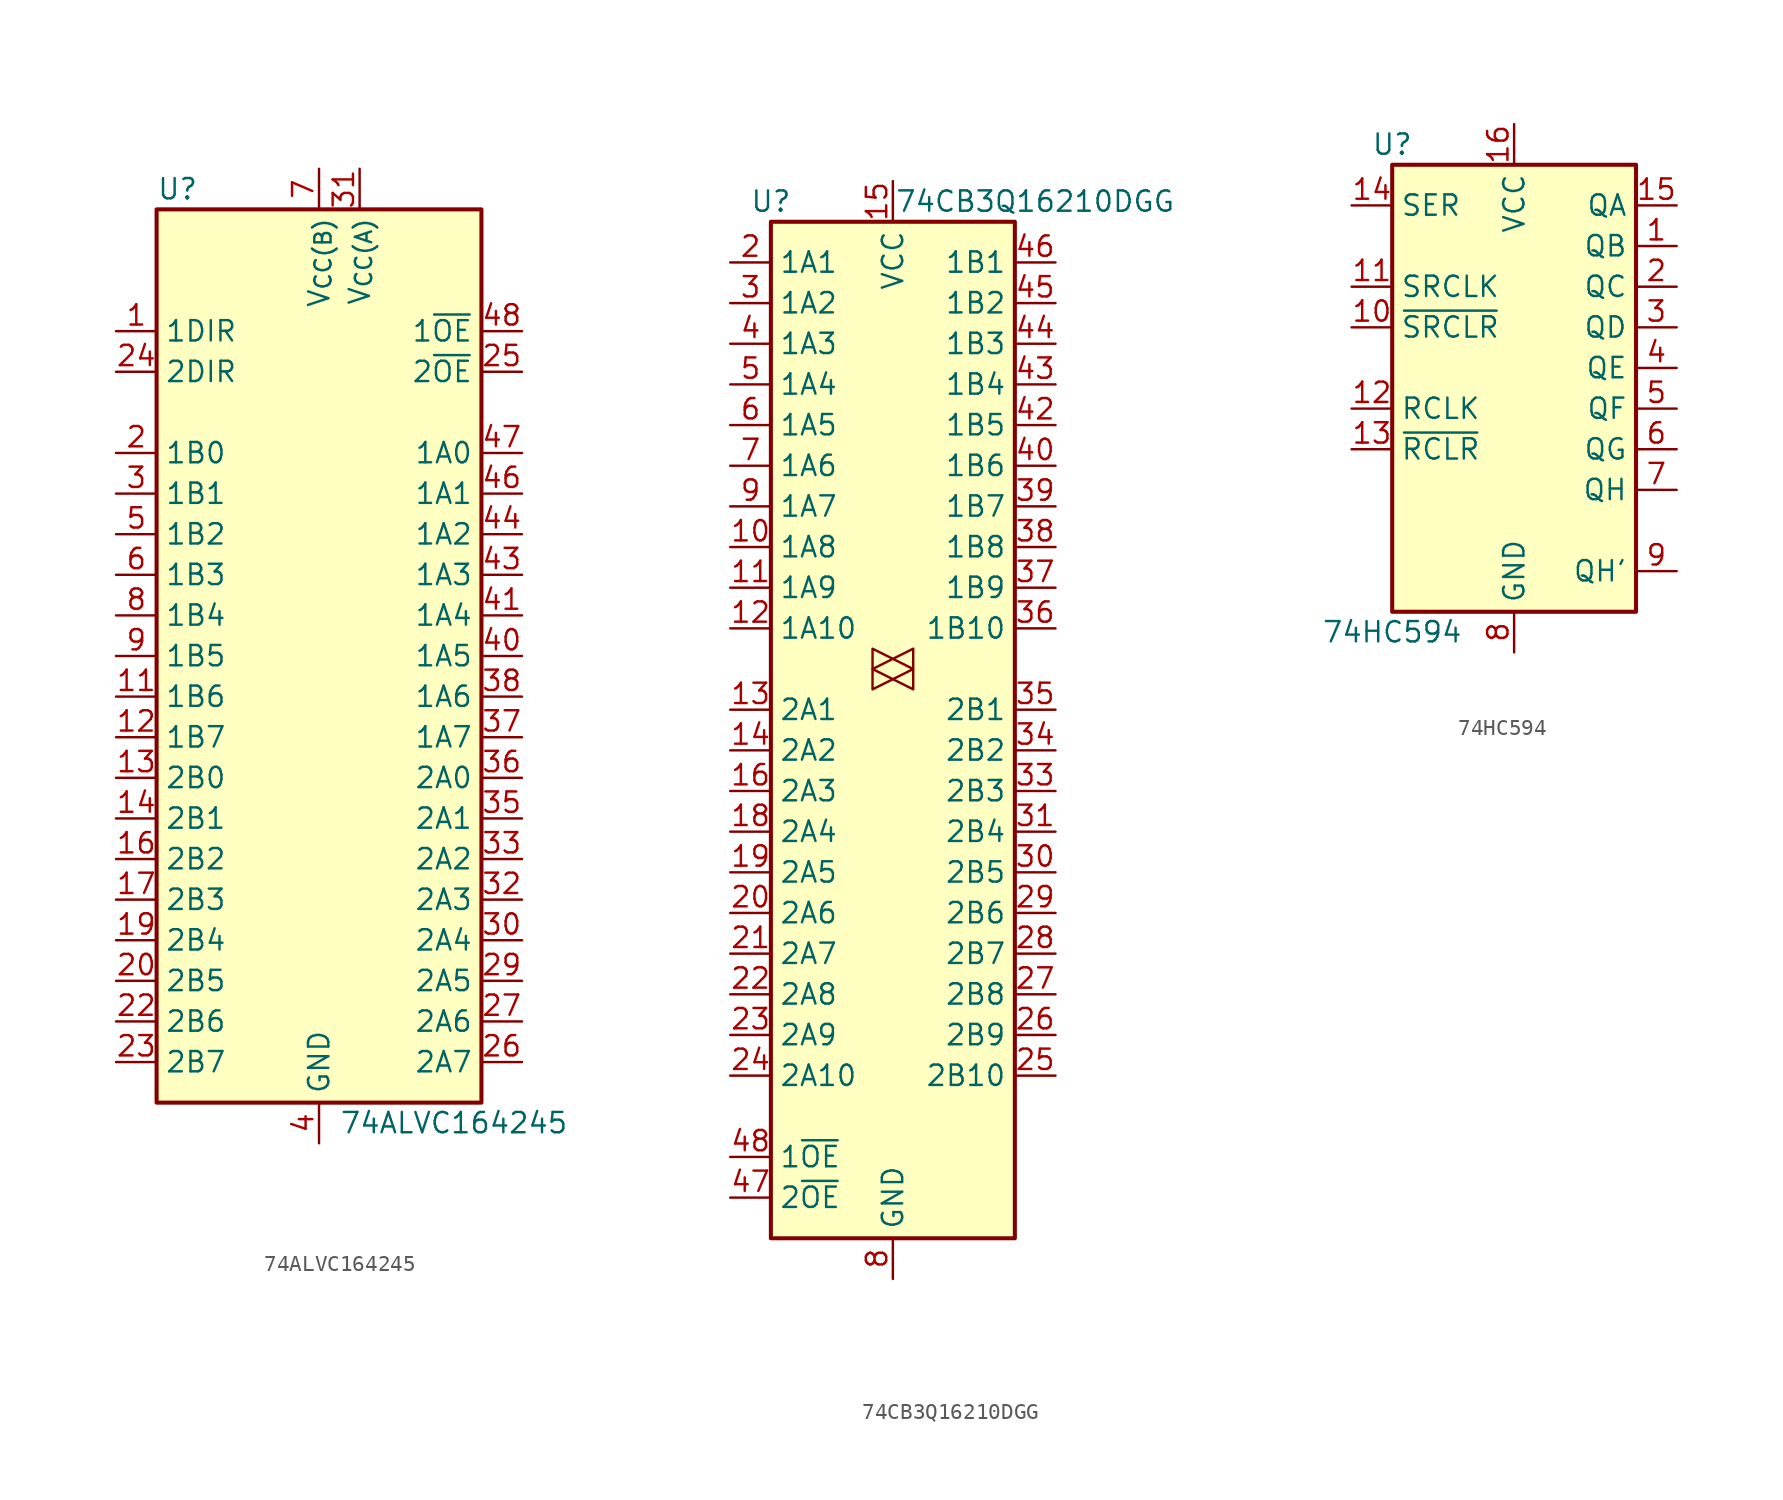
<source format=kicad_sym>
(kicad_symbol_lib
  (version 20220914)
  (generator kicad_symbol_editor)
  (symbol "74ALVC164245"
    (property "Reference" "U"
      (at -10.16 29.21 0)
      (effects (font (size 1.27 1.27)) (justify left)))
    (property "Value" "74ALVC164245"
      (at 1.27 -29.21 0)
      (effects (font (size 1.27 1.27)) (justify left)))
    (symbol "74ALVC164245_0_1"
      (rectangle (start -10.16 27.94) (end 10.16 -27.94) (stroke (width 0.254) (type default)) (fill (type background))))
    (symbol "74ALVC164245_1_1"
      (pin input line (at -12.7 20.32 0) (length 2.54) (name "1DIR" (effects (font (size 1.27 1.27)))) (number "1" (effects (font (size 1.27 1.27)))))
      (pin passive line (at 0 -30.48 90) (length 2.54) hide (name "GND" (effects (font (size 1.27 1.27)))) (number "10" (effects (font (size 1.27 1.27)))))
      (pin bidirectional line (at -12.7 -2.54 0) (length 2.54) (name "1B6" (effects (font (size 1.27 1.27)))) (number "11" (effects (font (size 1.27 1.27)))))
      (pin bidirectional line (at -12.7 -5.08 0) (length 2.54) (name "1B7" (effects (font (size 1.27 1.27)))) (number "12" (effects (font (size 1.27 1.27)))))
      (pin bidirectional line (at -12.7 -7.62 0) (length 2.54) (name "2B0" (effects (font (size 1.27 1.27)))) (number "13" (effects (font (size 1.27 1.27)))))
      (pin bidirectional line (at -12.7 -10.16 0) (length 2.54) (name "2B1" (effects (font (size 1.27 1.27)))) (number "14" (effects (font (size 1.27 1.27)))))
      (pin passive line (at 0 -30.48 90) (length 2.54) hide (name "GND" (effects (font (size 1.27 1.27)))) (number "15" (effects (font (size 1.27 1.27)))))
      (pin bidirectional line (at -12.7 -12.7 0) (length 2.54) (name "2B2" (effects (font (size 1.27 1.27)))) (number "16" (effects (font (size 1.27 1.27)))))
      (pin bidirectional line (at -12.7 -15.24 0) (length 2.54) (name "2B3" (effects (font (size 1.27 1.27)))) (number "17" (effects (font (size 1.27 1.27)))))
      (pin passive line (at 0 30.48 270) (length 2.54) hide (name "V_{CC(B)}" (effects (font (size 1.27 1.27)))) (number "18" (effects (font (size 1.27 1.27)))))
      (pin bidirectional line (at -12.7 -17.78 0) (length 2.54) (name "2B4" (effects (font (size 1.27 1.27)))) (number "19" (effects (font (size 1.27 1.27)))))
      (pin bidirectional line (at -12.7 12.7 0) (length 2.54) (name "1B0" (effects (font (size 1.27 1.27)))) (number "2" (effects (font (size 1.27 1.27)))))
      (pin bidirectional line (at -12.7 -20.32 0) (length 2.54) (name "2B5" (effects (font (size 1.27 1.27)))) (number "20" (effects (font (size 1.27 1.27)))))
      (pin passive line (at 0 -30.48 90) (length 2.54) hide (name "GND" (effects (font (size 1.27 1.27)))) (number "21" (effects (font (size 1.27 1.27)))))
      (pin bidirectional line (at -12.7 -22.86 0) (length 2.54) (name "2B6" (effects (font (size 1.27 1.27)))) (number "22" (effects (font (size 1.27 1.27)))))
      (pin bidirectional line (at -12.7 -25.4 0) (length 2.54) (name "2B7" (effects (font (size 1.27 1.27)))) (number "23" (effects (font (size 1.27 1.27)))))
      (pin input line (at -12.7 17.78 0) (length 2.54) (name "2DIR" (effects (font (size 1.27 1.27)))) (number "24" (effects (font (size 1.27 1.27)))))
      (pin input line (at 12.7 17.78 180) (length 2.54) (name "2~{OE}" (effects (font (size 1.27 1.27)))) (number "25" (effects (font (size 1.27 1.27)))))
      (pin bidirectional line (at 12.7 -25.4 180) (length 2.54) (name "2A7" (effects (font (size 1.27 1.27)))) (number "26" (effects (font (size 1.27 1.27)))))
      (pin bidirectional line (at 12.7 -22.86 180) (length 2.54) (name "2A6" (effects (font (size 1.27 1.27)))) (number "27" (effects (font (size 1.27 1.27)))))
      (pin passive line (at 0 -30.48 90) (length 2.54) hide (name "GND" (effects (font (size 1.27 1.27)))) (number "28" (effects (font (size 1.27 1.27)))))
      (pin bidirectional line (at 12.7 -20.32 180) (length 2.54) (name "2A5" (effects (font (size 1.27 1.27)))) (number "29" (effects (font (size 1.27 1.27)))))
      (pin bidirectional line (at -12.7 10.16 0) (length 2.54) (name "1B1" (effects (font (size 1.27 1.27)))) (number "3" (effects (font (size 1.27 1.27)))))
      (pin bidirectional line (at 12.7 -17.78 180) (length 2.54) (name "2A4" (effects (font (size 1.27 1.27)))) (number "30" (effects (font (size 1.27 1.27)))))
      (pin power_in line (at 2.54 30.48 270) (length 2.54) (name "V_{CC(A)}" (effects (font (size 1.27 1.27)))) (number "31" (effects (font (size 1.27 1.27)))))
      (pin bidirectional line (at 12.7 -15.24 180) (length 2.54) (name "2A3" (effects (font (size 1.27 1.27)))) (number "32" (effects (font (size 1.27 1.27)))))
      (pin bidirectional line (at 12.7 -12.7 180) (length 2.54) (name "2A2" (effects (font (size 1.27 1.27)))) (number "33" (effects (font (size 1.27 1.27)))))
      (pin passive line (at 0 -30.48 90) (length 2.54) hide (name "GND" (effects (font (size 1.27 1.27)))) (number "34" (effects (font (size 1.27 1.27)))))
      (pin bidirectional line (at 12.7 -10.16 180) (length 2.54) (name "2A1" (effects (font (size 1.27 1.27)))) (number "35" (effects (font (size 1.27 1.27)))))
      (pin bidirectional line (at 12.7 -7.62 180) (length 2.54) (name "2A0" (effects (font (size 1.27 1.27)))) (number "36" (effects (font (size 1.27 1.27)))))
      (pin bidirectional line (at 12.7 -5.08 180) (length 2.54) (name "1A7" (effects (font (size 1.27 1.27)))) (number "37" (effects (font (size 1.27 1.27)))))
      (pin bidirectional line (at 12.7 -2.54 180) (length 2.54) (name "1A6" (effects (font (size 1.27 1.27)))) (number "38" (effects (font (size 1.27 1.27)))))
      (pin passive line (at 0 -30.48 90) (length 2.54) hide (name "GND" (effects (font (size 1.27 1.27)))) (number "39" (effects (font (size 1.27 1.27)))))
      (pin power_in line (at 0 -30.48 90) (length 2.54) (name "GND" (effects (font (size 1.27 1.27)))) (number "4" (effects (font (size 1.27 1.27)))))
      (pin bidirectional line (at 12.7 0 180) (length 2.54) (name "1A5" (effects (font (size 1.27 1.27)))) (number "40" (effects (font (size 1.27 1.27)))))
      (pin bidirectional line (at 12.7 2.54 180) (length 2.54) (name "1A4" (effects (font (size 1.27 1.27)))) (number "41" (effects (font (size 1.27 1.27)))))
      (pin passive line (at 2.54 30.48 270) (length 2.54) hide (name "V_{CC(A)}" (effects (font (size 1.27 1.27)))) (number "42" (effects (font (size 1.27 1.27)))))
      (pin bidirectional line (at 12.7 5.08 180) (length 2.54) (name "1A3" (effects (font (size 1.27 1.27)))) (number "43" (effects (font (size 1.27 1.27)))))
      (pin bidirectional line (at 12.7 7.62 180) (length 2.54) (name "1A2" (effects (font (size 1.27 1.27)))) (number "44" (effects (font (size 1.27 1.27)))))
      (pin passive line (at 0 -30.48 90) (length 2.54) hide (name "GND" (effects (font (size 1.27 1.27)))) (number "45" (effects (font (size 1.27 1.27)))))
      (pin bidirectional line (at 12.7 10.16 180) (length 2.54) (name "1A1" (effects (font (size 1.27 1.27)))) (number "46" (effects (font (size 1.27 1.27)))))
      (pin bidirectional line (at 12.7 12.7 180) (length 2.54) (name "1A0" (effects (font (size 1.27 1.27)))) (number "47" (effects (font (size 1.27 1.27)))))
      (pin input line (at 12.7 20.32 180) (length 2.54) (name "1~{OE}" (effects (font (size 1.27 1.27)))) (number "48" (effects (font (size 1.27 1.27)))))
      (pin bidirectional line (at -12.7 7.62 0) (length 2.54) (name "1B2" (effects (font (size 1.27 1.27)))) (number "5" (effects (font (size 1.27 1.27)))))
      (pin bidirectional line (at -12.7 5.08 0) (length 2.54) (name "1B3" (effects (font (size 1.27 1.27)))) (number "6" (effects (font (size 1.27 1.27)))))
      (pin power_in line (at 0 30.48 270) (length 2.54) (name "V_{CC(B)}" (effects (font (size 1.27 1.27)))) (number "7" (effects (font (size 1.27 1.27)))))
      (pin bidirectional line (at -12.7 2.54 0) (length 2.54) (name "1B4" (effects (font (size 1.27 1.27)))) (number "8" (effects (font (size 1.27 1.27)))))
      (pin bidirectional line (at -12.7 0 0) (length 2.54) (name "1B5" (effects (font (size 1.27 1.27)))) (number "9" (effects (font (size 1.27 1.27)))))))
  (symbol "74CB3Q16210DGG"
    (property "Reference" "U"
      (at -7.62 31.75 0)
      (effects (font (size 1.27 1.27))))
    (property "Value" "74CB3Q16210DGG"
      (at 8.89 31.75 0)
      (effects (font (size 1.27 1.27))))
    (symbol "74CB3Q16210DGG_0_1"
      (rectangle (start -7.62 30.48) (end 7.62 -33.02) (stroke (width 0.254) (type default)) (fill (type background))))
    (symbol "74CB3Q16210DGG_1_0"
      (polyline (pts (xy 1.27 2.54) (xy -1.27 3.81) (xy -1.27 1.27) (xy 1.27 2.54)) (stroke (width 0.152) (type default)) (fill (type none)))
      (polyline (pts (xy 1.27 3.81) (xy -1.27 2.54) (xy 1.27 1.27) (xy 1.27 3.81)) (stroke (width 0) (type default)) (fill (type none)))
      (pin passive line (at -10.16 10.16 0) (length 2.54) (name "1A8" (effects (font (size 1.27 1.27)))) (number "10" (effects (font (size 1.27 1.27)))))
      (pin passive line (at -10.16 7.62 0) (length 2.54) (name "1A9" (effects (font (size 1.27 1.27)))) (number "11" (effects (font (size 1.27 1.27)))))
      (pin passive line (at -10.16 5.08 0) (length 2.54) (name "1A10" (effects (font (size 1.27 1.27)))) (number "12" (effects (font (size 1.27 1.27)))))
      (pin passive line (at -10.16 0 0) (length 2.54) (name "2A1" (effects (font (size 1.27 1.27)))) (number "13" (effects (font (size 1.27 1.27)))))
      (pin passive line (at -10.16 -2.54 0) (length 2.54) (name "2A2" (effects (font (size 1.27 1.27)))) (number "14" (effects (font (size 1.27 1.27)))))
      (pin power_in line (at 0 33.02 270) (length 2.54) (name "VCC" (effects (font (size 1.27 1.27)))) (number "15" (effects (font (size 1.27 1.27)))))
      (pin passive line (at -10.16 -5.08 0) (length 2.54) (name "2A3" (effects (font (size 1.27 1.27)))) (number "16" (effects (font (size 1.27 1.27)))))
      (pin passive line (at 0 -35.56 90) (length 2.54) hide (name "GND" (effects (font (size 1.27 1.27)))) (number "17" (effects (font (size 1.27 1.27)))))
      (pin passive line (at -10.16 -7.62 0) (length 2.54) (name "2A4" (effects (font (size 1.27 1.27)))) (number "18" (effects (font (size 1.27 1.27)))))
      (pin passive line (at -10.16 -10.16 0) (length 2.54) (name "2A5" (effects (font (size 1.27 1.27)))) (number "19" (effects (font (size 1.27 1.27)))))
      (pin passive line (at -10.16 27.94 0) (length 2.54) (name "1A1" (effects (font (size 1.27 1.27)))) (number "2" (effects (font (size 1.27 1.27)))))
      (pin passive line (at -10.16 -12.7 0) (length 2.54) (name "2A6" (effects (font (size 1.27 1.27)))) (number "20" (effects (font (size 1.27 1.27)))))
      (pin passive line (at -10.16 -15.24 0) (length 2.54) (name "2A7" (effects (font (size 1.27 1.27)))) (number "21" (effects (font (size 1.27 1.27)))))
      (pin passive line (at -10.16 -17.78 0) (length 2.54) (name "2A8" (effects (font (size 1.27 1.27)))) (number "22" (effects (font (size 1.27 1.27)))))
      (pin passive line (at -10.16 -20.32 0) (length 2.54) (name "2A9" (effects (font (size 1.27 1.27)))) (number "23" (effects (font (size 1.27 1.27)))))
      (pin passive line (at -10.16 -22.86 0) (length 2.54) (name "2A10" (effects (font (size 1.27 1.27)))) (number "24" (effects (font (size 1.27 1.27)))))
      (pin passive line (at 10.16 -22.86 180) (length 2.54) (name "2B10" (effects (font (size 1.27 1.27)))) (number "25" (effects (font (size 1.27 1.27)))))
      (pin passive line (at 10.16 -20.32 180) (length 2.54) (name "2B9" (effects (font (size 1.27 1.27)))) (number "26" (effects (font (size 1.27 1.27)))))
      (pin passive line (at 10.16 -17.78 180) (length 2.54) (name "2B8" (effects (font (size 1.27 1.27)))) (number "27" (effects (font (size 1.27 1.27)))))
      (pin passive line (at 10.16 -15.24 180) (length 2.54) (name "2B7" (effects (font (size 1.27 1.27)))) (number "28" (effects (font (size 1.27 1.27)))))
      (pin passive line (at 10.16 -12.7 180) (length 2.54) (name "2B6" (effects (font (size 1.27 1.27)))) (number "29" (effects (font (size 1.27 1.27)))))
      (pin passive line (at -10.16 25.4 0) (length 2.54) (name "1A2" (effects (font (size 1.27 1.27)))) (number "3" (effects (font (size 1.27 1.27)))))
      (pin passive line (at 10.16 -10.16 180) (length 2.54) (name "2B5" (effects (font (size 1.27 1.27)))) (number "30" (effects (font (size 1.27 1.27)))))
      (pin passive line (at 10.16 -7.62 180) (length 2.54) (name "2B4" (effects (font (size 1.27 1.27)))) (number "31" (effects (font (size 1.27 1.27)))))
      (pin passive line (at 0 -35.56 90) (length 2.54) hide (name "GND" (effects (font (size 1.27 1.27)))) (number "32" (effects (font (size 1.27 1.27)))))
      (pin passive line (at 10.16 -5.08 180) (length 2.54) (name "2B3" (effects (font (size 1.27 1.27)))) (number "33" (effects (font (size 1.27 1.27)))))
      (pin passive line (at 10.16 -2.54 180) (length 2.54) (name "2B2" (effects (font (size 1.27 1.27)))) (number "34" (effects (font (size 1.27 1.27)))))
      (pin passive line (at 10.16 0 180) (length 2.54) (name "2B1" (effects (font (size 1.27 1.27)))) (number "35" (effects (font (size 1.27 1.27)))))
      (pin passive line (at 10.16 5.08 180) (length 2.54) (name "1B10" (effects (font (size 1.27 1.27)))) (number "36" (effects (font (size 1.27 1.27)))))
      (pin passive line (at 10.16 7.62 180) (length 2.54) (name "1B9" (effects (font (size 1.27 1.27)))) (number "37" (effects (font (size 1.27 1.27)))))
      (pin passive line (at 10.16 10.16 180) (length 2.54) (name "1B8" (effects (font (size 1.27 1.27)))) (number "38" (effects (font (size 1.27 1.27)))))
      (pin passive line (at 10.16 12.7 180) (length 2.54) (name "1B7" (effects (font (size 1.27 1.27)))) (number "39" (effects (font (size 1.27 1.27)))))
      (pin passive line (at -10.16 22.86 0) (length 2.54) (name "1A3" (effects (font (size 1.27 1.27)))) (number "4" (effects (font (size 1.27 1.27)))))
      (pin passive line (at 10.16 15.24 180) (length 2.54) (name "1B6" (effects (font (size 1.27 1.27)))) (number "40" (effects (font (size 1.27 1.27)))))
      (pin passive line (at 0 -35.56 90) (length 2.54) hide (name "GND" (effects (font (size 1.27 1.27)))) (number "41" (effects (font (size 1.27 1.27)))))
      (pin passive line (at 10.16 17.78 180) (length 2.54) (name "1B5" (effects (font (size 1.27 1.27)))) (number "42" (effects (font (size 1.27 1.27)))))
      (pin passive line (at 10.16 20.32 180) (length 2.54) (name "1B4" (effects (font (size 1.27 1.27)))) (number "43" (effects (font (size 1.27 1.27)))))
      (pin passive line (at 10.16 22.86 180) (length 2.54) (name "1B3" (effects (font (size 1.27 1.27)))) (number "44" (effects (font (size 1.27 1.27)))))
      (pin passive line (at 10.16 25.4 180) (length 2.54) (name "1B2" (effects (font (size 1.27 1.27)))) (number "45" (effects (font (size 1.27 1.27)))))
      (pin passive line (at 10.16 27.94 180) (length 2.54) (name "1B1" (effects (font (size 1.27 1.27)))) (number "46" (effects (font (size 1.27 1.27)))))
      (pin input line (at -10.16 -30.48 0) (length 2.54) (name "2~{OE}" (effects (font (size 1.27 1.27)))) (number "47" (effects (font (size 1.27 1.27)))))
      (pin input line (at -10.16 -27.94 0) (length 2.54) (name "1~{OE}" (effects (font (size 1.27 1.27)))) (number "48" (effects (font (size 1.27 1.27)))))
      (pin passive line (at -10.16 20.32 0) (length 2.54) (name "1A4" (effects (font (size 1.27 1.27)))) (number "5" (effects (font (size 1.27 1.27)))))
      (pin passive line (at -10.16 17.78 0) (length 2.54) (name "1A5" (effects (font (size 1.27 1.27)))) (number "6" (effects (font (size 1.27 1.27)))))
      (pin passive line (at -10.16 15.24 0) (length 2.54) (name "1A6" (effects (font (size 1.27 1.27)))) (number "7" (effects (font (size 1.27 1.27)))))
      (pin power_in line (at 0 -35.56 90) (length 2.54) (name "GND" (effects (font (size 1.27 1.27)))) (number "8" (effects (font (size 1.27 1.27)))))
      (pin passive line (at -10.16 12.7 0) (length 2.54) (name "1A7" (effects (font (size 1.27 1.27)))) (number "9" (effects (font (size 1.27 1.27))))))
    (symbol "74CB3Q16210DGG_1_1"
      (pin no_connect line (at 7.62 -30.48 180) (length 2.54) hide (name "NC" (effects (font (size 1.27 1.27)))) (number "1" (effects (font (size 1.27 1.27)))))))
  (symbol "74HC594"
    (property "Reference" "U"
      (at -7.62 13.97 0)
      (effects (font (size 1.27 1.27))))
    (property "Value" "74HC594"
      (at -7.62 -16.51 0)
      (effects (font (size 1.27 1.27))))
    (symbol "74HC594_1_0"
      (pin output line (at 10.16 7.62 180) (length 2.54) (name "QB" (effects (font (size 1.27 1.27)))) (number "1" (effects (font (size 1.27 1.27)))))
      (pin input line (at -10.16 2.54 0) (length 2.54) (name "~{SRCLR}" (effects (font (size 1.27 1.27)))) (number "10" (effects (font (size 1.27 1.27)))))
      (pin input line (at -10.16 5.08 0) (length 2.54) (name "SRCLK" (effects (font (size 1.27 1.27)))) (number "11" (effects (font (size 1.27 1.27)))))
      (pin input line (at -10.16 -2.54 0) (length 2.54) (name "RCLK" (effects (font (size 1.27 1.27)))) (number "12" (effects (font (size 1.27 1.27)))))
      (pin input line (at -10.16 -5.08 0) (length 2.54) (name "~{RCLR}" (effects (font (size 1.27 1.27)))) (number "13" (effects (font (size 1.27 1.27)))))
      (pin input line (at -10.16 10.16 0) (length 2.54) (name "SER" (effects (font (size 1.27 1.27)))) (number "14" (effects (font (size 1.27 1.27)))))
      (pin output line (at 10.16 10.16 180) (length 2.54) (name "QA" (effects (font (size 1.27 1.27)))) (number "15" (effects (font (size 1.27 1.27)))))
      (pin power_in line (at 0 15.24 270) (length 2.54) (name "VCC" (effects (font (size 1.27 1.27)))) (number "16" (effects (font (size 1.27 1.27)))))
      (pin output line (at 10.16 5.08 180) (length 2.54) (name "QC" (effects (font (size 1.27 1.27)))) (number "2" (effects (font (size 1.27 1.27)))))
      (pin output line (at 10.16 2.54 180) (length 2.54) (name "QD" (effects (font (size 1.27 1.27)))) (number "3" (effects (font (size 1.27 1.27)))))
      (pin output line (at 10.16 0 180) (length 2.54) (name "QE" (effects (font (size 1.27 1.27)))) (number "4" (effects (font (size 1.27 1.27)))))
      (pin output line (at 10.16 -2.54 180) (length 2.54) (name "QF" (effects (font (size 1.27 1.27)))) (number "5" (effects (font (size 1.27 1.27)))))
      (pin output line (at 10.16 -5.08 180) (length 2.54) (name "QG" (effects (font (size 1.27 1.27)))) (number "6" (effects (font (size 1.27 1.27)))))
      (pin output line (at 10.16 -7.62 180) (length 2.54) (name "QH" (effects (font (size 1.27 1.27)))) (number "7" (effects (font (size 1.27 1.27)))))
      (pin power_in line (at 0 -17.78 90) (length 2.54) (name "GND" (effects (font (size 1.27 1.27)))) (number "8" (effects (font (size 1.27 1.27)))))
      (pin output line (at 10.16 -12.7 180) (length 2.54) (name "QH'" (effects (font (size 1.27 1.27)))) (number "9" (effects (font (size 1.27 1.27))))))
    (symbol "74HC594_1_1"
      (rectangle (start -7.62 12.7) (end 7.62 -15.24) (stroke (width 0.254) (type default)) (fill (type background))))))
</source>
